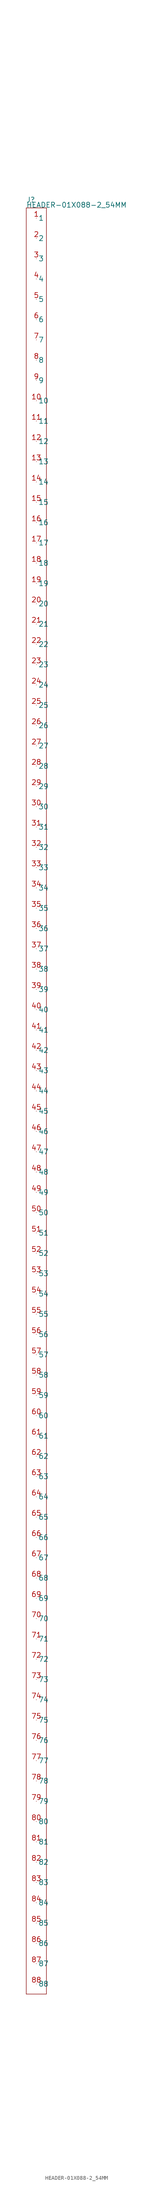
<source format=kicad_sym>
(kicad_symbol_lib
  (version 20211014)
  (generator kicad_symbol_editor)
  (symbol "HEADER-01X088-2_54MM"
    (pin_names)
    (property "Reference" "J"
      (at -2.54 224.79 0)
      (effects (font (size 1.27 1.27)) (justify left bottom)))
    (property "Value" "HEADER-01X088-2_54MM"
      (at -2.54 223.52 0)
      (effects (font (size 1.27 1.27)) (justify left bottom)))
    (property "Datasheet" ""
      (at 0 0 0))
    (property "ki_description" "Header 1x88  - Header Vertical 88POS 2.54MM Technical Specifications: Pitch: 0.1\" (2.54mm) "
      (at 0 0 0))
    (property "ki_fp_filters" "FlashPCB_Connectors:HEADER-THT-01X088-2_54MM FlashPCB_Connectors:HEADER-THT-LONG-01X088-2_54MM FlashPCB_Connectors:HEADER-THT-NOSILK-01X088-2_54MM FlashPCB_Connectors:HEADER-THT-LONG-NOSILK-01X088-2_54MM"
      (at 0 0 0))
    (symbol "HEADER-01X088-2_54MM_1_1"
      (polyline (pts (xy -2.54 223.52) (xy 2.54 223.52)) (stroke (width 0.127)) (fill (type none)))
      (polyline (pts (xy 2.54 223.52) (xy 2.54 -223.52)) (stroke (width 0.127)) (fill (type none)))
      (polyline (pts (xy 2.54 -223.52) (xy -2.54 -223.52)) (stroke (width 0.127)) (fill (type none)))
      (polyline (pts (xy -2.54 -223.52) (xy -2.54 223.52)) (stroke (width 0.127)) (fill (type none)))
      (pin bidirectional line (at 0 220.98 0) (length 0) (name "1" (effects (font (size 1.27 1.27)))) (number "1" (effects (font (size 1.27 1.27)))))
      (pin bidirectional line (at 0 215.9 0) (length 0) (name "2" (effects (font (size 1.27 1.27)))) (number "2" (effects (font (size 1.27 1.27)))))
      (pin bidirectional line (at 0 210.82 0) (length 0) (name "3" (effects (font (size 1.27 1.27)))) (number "3" (effects (font (size 1.27 1.27)))))
      (pin bidirectional line (at 0 205.74 0) (length 0) (name "4" (effects (font (size 1.27 1.27)))) (number "4" (effects (font (size 1.27 1.27)))))
      (pin bidirectional line (at 0 200.66 0) (length 0) (name "5" (effects (font (size 1.27 1.27)))) (number "5" (effects (font (size 1.27 1.27)))))
      (pin bidirectional line (at 0 195.58 0) (length 0) (name "6" (effects (font (size 1.27 1.27)))) (number "6" (effects (font (size 1.27 1.27)))))
      (pin bidirectional line (at 0 190.5 0) (length 0) (name "7" (effects (font (size 1.27 1.27)))) (number "7" (effects (font (size 1.27 1.27)))))
      (pin bidirectional line (at 0 185.42 0) (length 0) (name "8" (effects (font (size 1.27 1.27)))) (number "8" (effects (font (size 1.27 1.27)))))
      (pin bidirectional line (at 0 180.34 0) (length 0) (name "9" (effects (font (size 1.27 1.27)))) (number "9" (effects (font (size 1.27 1.27)))))
      (pin bidirectional line (at 0 175.26 0) (length 0) (name "10" (effects (font (size 1.27 1.27)))) (number "10" (effects (font (size 1.27 1.27)))))
      (pin bidirectional line (at 0 170.18 0) (length 0) (name "11" (effects (font (size 1.27 1.27)))) (number "11" (effects (font (size 1.27 1.27)))))
      (pin bidirectional line (at 0 165.1 0) (length 0) (name "12" (effects (font (size 1.27 1.27)))) (number "12" (effects (font (size 1.27 1.27)))))
      (pin bidirectional line (at 0 160.02 0) (length 0) (name "13" (effects (font (size 1.27 1.27)))) (number "13" (effects (font (size 1.27 1.27)))))
      (pin bidirectional line (at 0 154.94 0) (length 0) (name "14" (effects (font (size 1.27 1.27)))) (number "14" (effects (font (size 1.27 1.27)))))
      (pin bidirectional line (at 0 149.86 0) (length 0) (name "15" (effects (font (size 1.27 1.27)))) (number "15" (effects (font (size 1.27 1.27)))))
      (pin bidirectional line (at 0 144.78 0) (length 0) (name "16" (effects (font (size 1.27 1.27)))) (number "16" (effects (font (size 1.27 1.27)))))
      (pin bidirectional line (at 0 139.7 0) (length 0) (name "17" (effects (font (size 1.27 1.27)))) (number "17" (effects (font (size 1.27 1.27)))))
      (pin bidirectional line (at 0 134.62 0) (length 0) (name "18" (effects (font (size 1.27 1.27)))) (number "18" (effects (font (size 1.27 1.27)))))
      (pin bidirectional line (at 0 129.54 0) (length 0) (name "19" (effects (font (size 1.27 1.27)))) (number "19" (effects (font (size 1.27 1.27)))))
      (pin bidirectional line (at 0 124.46 0) (length 0) (name "20" (effects (font (size 1.27 1.27)))) (number "20" (effects (font (size 1.27 1.27)))))
      (pin bidirectional line (at 0 119.38 0) (length 0) (name "21" (effects (font (size 1.27 1.27)))) (number "21" (effects (font (size 1.27 1.27)))))
      (pin bidirectional line (at 0 114.3 0) (length 0) (name "22" (effects (font (size 1.27 1.27)))) (number "22" (effects (font (size 1.27 1.27)))))
      (pin bidirectional line (at 0 109.22 0) (length 0) (name "23" (effects (font (size 1.27 1.27)))) (number "23" (effects (font (size 1.27 1.27)))))
      (pin bidirectional line (at 0 104.14 0) (length 0) (name "24" (effects (font (size 1.27 1.27)))) (number "24" (effects (font (size 1.27 1.27)))))
      (pin bidirectional line (at 0 99.06 0) (length 0) (name "25" (effects (font (size 1.27 1.27)))) (number "25" (effects (font (size 1.27 1.27)))))
      (pin bidirectional line (at 0 93.98 0) (length 0) (name "26" (effects (font (size 1.27 1.27)))) (number "26" (effects (font (size 1.27 1.27)))))
      (pin bidirectional line (at 0 88.9 0) (length 0) (name "27" (effects (font (size 1.27 1.27)))) (number "27" (effects (font (size 1.27 1.27)))))
      (pin bidirectional line (at 0 83.82 0) (length 0) (name "28" (effects (font (size 1.27 1.27)))) (number "28" (effects (font (size 1.27 1.27)))))
      (pin bidirectional line (at 0 78.74 0) (length 0) (name "29" (effects (font (size 1.27 1.27)))) (number "29" (effects (font (size 1.27 1.27)))))
      (pin bidirectional line (at 0 73.66 0) (length 0) (name "30" (effects (font (size 1.27 1.27)))) (number "30" (effects (font (size 1.27 1.27)))))
      (pin bidirectional line (at 0 68.58 0) (length 0) (name "31" (effects (font (size 1.27 1.27)))) (number "31" (effects (font (size 1.27 1.27)))))
      (pin bidirectional line (at 0 63.5 0) (length 0) (name "32" (effects (font (size 1.27 1.27)))) (number "32" (effects (font (size 1.27 1.27)))))
      (pin bidirectional line (at 0 58.42 0) (length 0) (name "33" (effects (font (size 1.27 1.27)))) (number "33" (effects (font (size 1.27 1.27)))))
      (pin bidirectional line (at 0 53.34 0) (length 0) (name "34" (effects (font (size 1.27 1.27)))) (number "34" (effects (font (size 1.27 1.27)))))
      (pin bidirectional line (at 0 48.26 0) (length 0) (name "35" (effects (font (size 1.27 1.27)))) (number "35" (effects (font (size 1.27 1.27)))))
      (pin bidirectional line (at 0 43.18 0) (length 0) (name "36" (effects (font (size 1.27 1.27)))) (number "36" (effects (font (size 1.27 1.27)))))
      (pin bidirectional line (at 0 38.1 0) (length 0) (name "37" (effects (font (size 1.27 1.27)))) (number "37" (effects (font (size 1.27 1.27)))))
      (pin bidirectional line (at 0 33.02 0) (length 0) (name "38" (effects (font (size 1.27 1.27)))) (number "38" (effects (font (size 1.27 1.27)))))
      (pin bidirectional line (at 0 27.94 0) (length 0) (name "39" (effects (font (size 1.27 1.27)))) (number "39" (effects (font (size 1.27 1.27)))))
      (pin bidirectional line (at 0 22.86 0) (length 0) (name "40" (effects (font (size 1.27 1.27)))) (number "40" (effects (font (size 1.27 1.27)))))
      (pin bidirectional line (at 0 17.78 0) (length 0) (name "41" (effects (font (size 1.27 1.27)))) (number "41" (effects (font (size 1.27 1.27)))))
      (pin bidirectional line (at 0 12.7 0) (length 0) (name "42" (effects (font (size 1.27 1.27)))) (number "42" (effects (font (size 1.27 1.27)))))
      (pin bidirectional line (at 0 7.62 0) (length 0) (name "43" (effects (font (size 1.27 1.27)))) (number "43" (effects (font (size 1.27 1.27)))))
      (pin bidirectional line (at 0 2.54 0) (length 0) (name "44" (effects (font (size 1.27 1.27)))) (number "44" (effects (font (size 1.27 1.27)))))
      (pin bidirectional line (at 0 -2.54 0) (length 0) (name "45" (effects (font (size 1.27 1.27)))) (number "45" (effects (font (size 1.27 1.27)))))
      (pin bidirectional line (at 0 -7.62 0) (length 0) (name "46" (effects (font (size 1.27 1.27)))) (number "46" (effects (font (size 1.27 1.27)))))
      (pin bidirectional line (at 0 -12.7 0) (length 0) (name "47" (effects (font (size 1.27 1.27)))) (number "47" (effects (font (size 1.27 1.27)))))
      (pin bidirectional line (at 0 -17.78 0) (length 0) (name "48" (effects (font (size 1.27 1.27)))) (number "48" (effects (font (size 1.27 1.27)))))
      (pin bidirectional line (at 0 -22.86 0) (length 0) (name "49" (effects (font (size 1.27 1.27)))) (number "49" (effects (font (size 1.27 1.27)))))
      (pin bidirectional line (at 0 -27.94 0) (length 0) (name "50" (effects (font (size 1.27 1.27)))) (number "50" (effects (font (size 1.27 1.27)))))
      (pin bidirectional line (at 0 -33.02 0) (length 0) (name "51" (effects (font (size 1.27 1.27)))) (number "51" (effects (font (size 1.27 1.27)))))
      (pin bidirectional line (at 0 -38.1 0) (length 0) (name "52" (effects (font (size 1.27 1.27)))) (number "52" (effects (font (size 1.27 1.27)))))
      (pin bidirectional line (at 0 -43.18 0) (length 0) (name "53" (effects (font (size 1.27 1.27)))) (number "53" (effects (font (size 1.27 1.27)))))
      (pin bidirectional line (at 0 -48.26 0) (length 0) (name "54" (effects (font (size 1.27 1.27)))) (number "54" (effects (font (size 1.27 1.27)))))
      (pin bidirectional line (at 0 -53.34 0) (length 0) (name "55" (effects (font (size 1.27 1.27)))) (number "55" (effects (font (size 1.27 1.27)))))
      (pin bidirectional line (at 0 -58.42 0) (length 0) (name "56" (effects (font (size 1.27 1.27)))) (number "56" (effects (font (size 1.27 1.27)))))
      (pin bidirectional line (at 0 -63.5 0) (length 0) (name "57" (effects (font (size 1.27 1.27)))) (number "57" (effects (font (size 1.27 1.27)))))
      (pin bidirectional line (at 0 -68.58 0) (length 0) (name "58" (effects (font (size 1.27 1.27)))) (number "58" (effects (font (size 1.27 1.27)))))
      (pin bidirectional line (at 0 -73.66 0) (length 0) (name "59" (effects (font (size 1.27 1.27)))) (number "59" (effects (font (size 1.27 1.27)))))
      (pin bidirectional line (at 0 -78.74 0) (length 0) (name "60" (effects (font (size 1.27 1.27)))) (number "60" (effects (font (size 1.27 1.27)))))
      (pin bidirectional line (at 0 -83.82 0) (length 0) (name "61" (effects (font (size 1.27 1.27)))) (number "61" (effects (font (size 1.27 1.27)))))
      (pin bidirectional line (at 0 -88.9 0) (length 0) (name "62" (effects (font (size 1.27 1.27)))) (number "62" (effects (font (size 1.27 1.27)))))
      (pin bidirectional line (at 0 -93.98 0) (length 0) (name "63" (effects (font (size 1.27 1.27)))) (number "63" (effects (font (size 1.27 1.27)))))
      (pin bidirectional line (at 0 -99.06 0) (length 0) (name "64" (effects (font (size 1.27 1.27)))) (number "64" (effects (font (size 1.27 1.27)))))
      (pin bidirectional line (at 0 -104.14 0) (length 0) (name "65" (effects (font (size 1.27 1.27)))) (number "65" (effects (font (size 1.27 1.27)))))
      (pin bidirectional line (at 0 -109.22 0) (length 0) (name "66" (effects (font (size 1.27 1.27)))) (number "66" (effects (font (size 1.27 1.27)))))
      (pin bidirectional line (at 0 -114.3 0) (length 0) (name "67" (effects (font (size 1.27 1.27)))) (number "67" (effects (font (size 1.27 1.27)))))
      (pin bidirectional line (at 0 -119.38 0) (length 0) (name "68" (effects (font (size 1.27 1.27)))) (number "68" (effects (font (size 1.27 1.27)))))
      (pin bidirectional line (at 0 -124.46 0) (length 0) (name "69" (effects (font (size 1.27 1.27)))) (number "69" (effects (font (size 1.27 1.27)))))
      (pin bidirectional line (at 0 -129.54 0) (length 0) (name "70" (effects (font (size 1.27 1.27)))) (number "70" (effects (font (size 1.27 1.27)))))
      (pin bidirectional line (at 0 -134.62 0) (length 0) (name "71" (effects (font (size 1.27 1.27)))) (number "71" (effects (font (size 1.27 1.27)))))
      (pin bidirectional line (at 0 -139.7 0) (length 0) (name "72" (effects (font (size 1.27 1.27)))) (number "72" (effects (font (size 1.27 1.27)))))
      (pin bidirectional line (at 0 -144.78 0) (length 0) (name "73" (effects (font (size 1.27 1.27)))) (number "73" (effects (font (size 1.27 1.27)))))
      (pin bidirectional line (at 0 -149.86 0) (length 0) (name "74" (effects (font (size 1.27 1.27)))) (number "74" (effects (font (size 1.27 1.27)))))
      (pin bidirectional line (at 0 -154.94 0) (length 0) (name "75" (effects (font (size 1.27 1.27)))) (number "75" (effects (font (size 1.27 1.27)))))
      (pin bidirectional line (at 0 -160.02 0) (length 0) (name "76" (effects (font (size 1.27 1.27)))) (number "76" (effects (font (size 1.27 1.27)))))
      (pin bidirectional line (at 0 -165.1 0) (length 0) (name "77" (effects (font (size 1.27 1.27)))) (number "77" (effects (font (size 1.27 1.27)))))
      (pin bidirectional line (at 0 -170.18 0) (length 0) (name "78" (effects (font (size 1.27 1.27)))) (number "78" (effects (font (size 1.27 1.27)))))
      (pin bidirectional line (at 0 -175.26 0) (length 0) (name "79" (effects (font (size 1.27 1.27)))) (number "79" (effects (font (size 1.27 1.27)))))
      (pin bidirectional line (at 0 -180.34 0) (length 0) (name "80" (effects (font (size 1.27 1.27)))) (number "80" (effects (font (size 1.27 1.27)))))
      (pin bidirectional line (at 0 -185.42 0) (length 0) (name "81" (effects (font (size 1.27 1.27)))) (number "81" (effects (font (size 1.27 1.27)))))
      (pin bidirectional line (at 0 -190.5 0) (length 0) (name "82" (effects (font (size 1.27 1.27)))) (number "82" (effects (font (size 1.27 1.27)))))
      (pin bidirectional line (at 0 -195.58 0) (length 0) (name "83" (effects (font (size 1.27 1.27)))) (number "83" (effects (font (size 1.27 1.27)))))
      (pin bidirectional line (at 0 -200.66 0) (length 0) (name "84" (effects (font (size 1.27 1.27)))) (number "84" (effects (font (size 1.27 1.27)))))
      (pin bidirectional line (at 0 -205.74 0) (length 0) (name "85" (effects (font (size 1.27 1.27)))) (number "85" (effects (font (size 1.27 1.27)))))
      (pin bidirectional line (at 0 -210.82 0) (length 0) (name "86" (effects (font (size 1.27 1.27)))) (number "86" (effects (font (size 1.27 1.27)))))
      (pin bidirectional line (at 0 -215.9 0) (length 0) (name "87" (effects (font (size 1.27 1.27)))) (number "87" (effects (font (size 1.27 1.27)))))
      (pin bidirectional line (at 0 -220.98 0) (length 0) (name "88" (effects (font (size 1.27 1.27)))) (number "88" (effects (font (size 1.27 1.27))))))))
</source>
